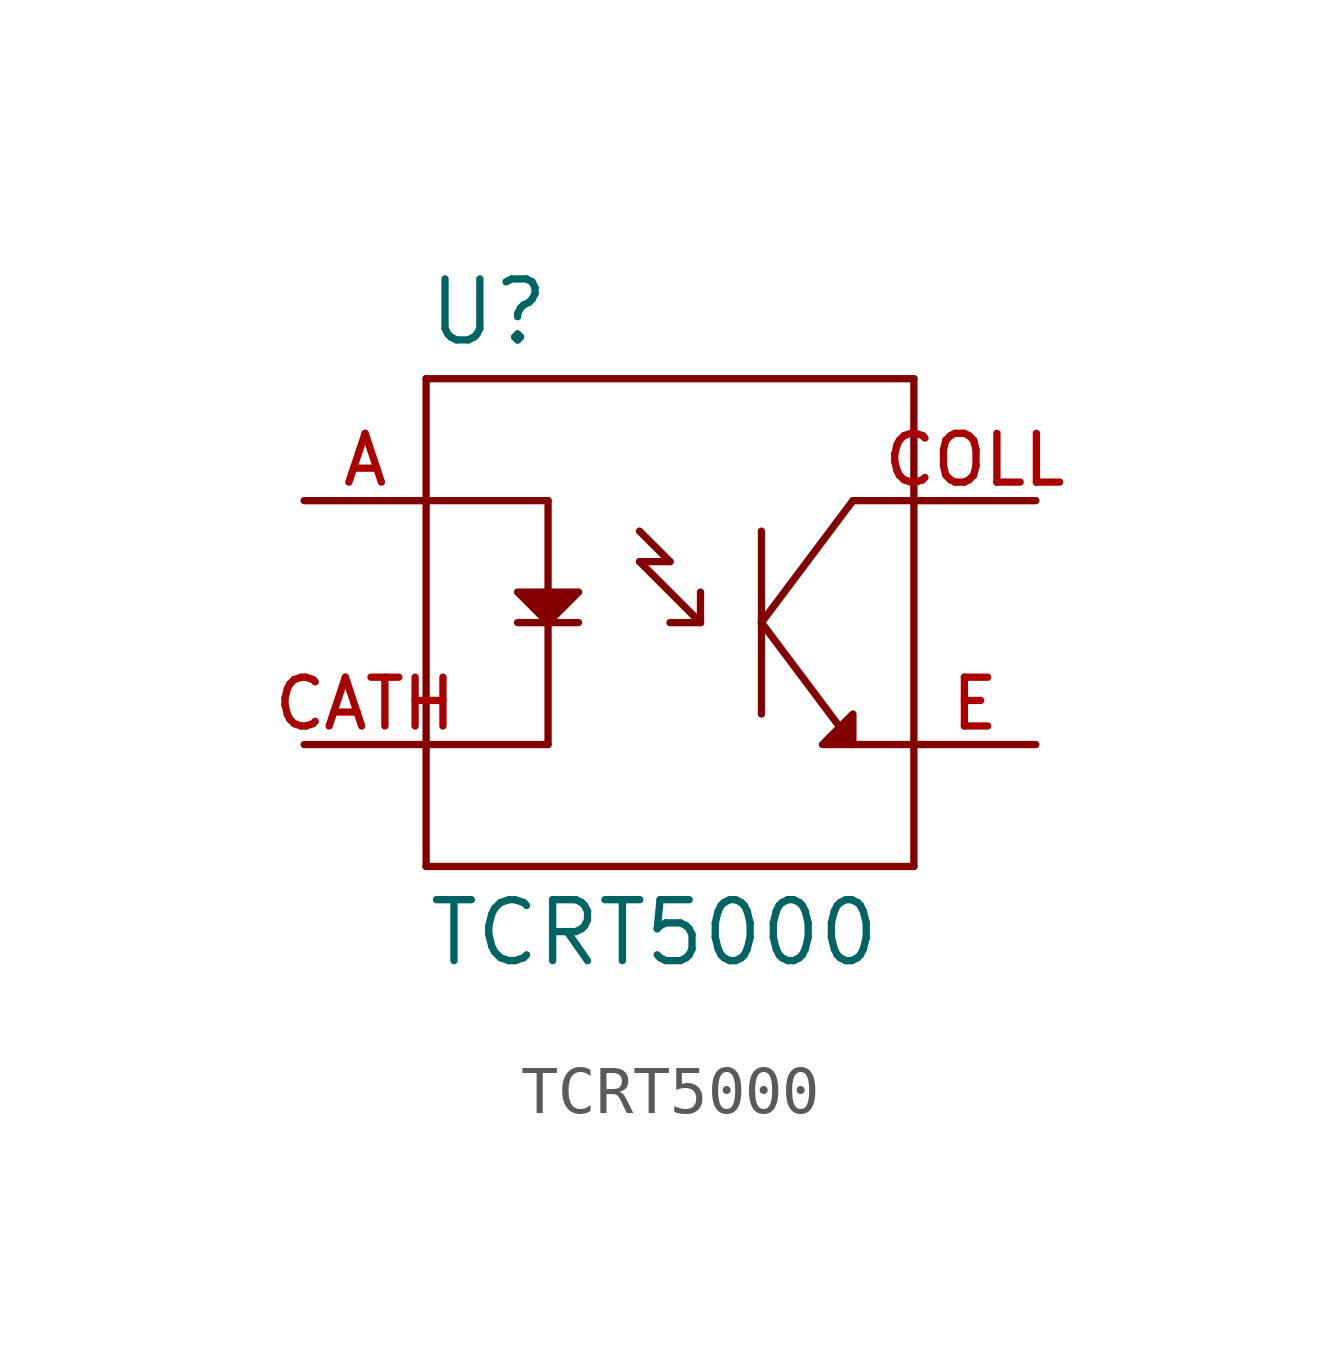
<source format=kicad_sym>
(kicad_symbol_lib
  (version 20211014)
  (generator kicad_symbol_editor)
  (symbol "TCRT5000"
    (pin_names
      (offset 1.016))
    (property "Reference" "U"
      (at -5.089 5.725 0)
      (effects (font (size 1.27 1.27)) (justify bottom left)))
    (property "Value" "TCRT5000"
      (at -5.084 -5.719 0)
      (effects (font (size 1.27 1.27)) (justify top left)))
    (symbol "TCRT5000_0_0"
      (polyline (pts (xy -5.08 5.08) (xy -5.08 2.54)) (stroke (width 0.152)))
      (polyline (pts (xy -5.08 2.54) (xy -5.08 -2.54)) (stroke (width 0.152)))
      (polyline (pts (xy -5.08 -2.54) (xy -5.08 -5.08)) (stroke (width 0.152)))
      (polyline (pts (xy -5.08 -5.08) (xy 5.08 -5.08)) (stroke (width 0.152)))
      (polyline (pts (xy 5.08 -5.08) (xy 5.08 -2.54)) (stroke (width 0.152)))
      (polyline (pts (xy 5.08 -2.54) (xy 5.08 2.54)) (stroke (width 0.152)))
      (polyline (pts (xy 5.08 2.54) (xy 5.08 5.08)) (stroke (width 0.152)))
      (polyline (pts (xy 5.08 5.08) (xy -5.08 5.08)) (stroke (width 0.152)))
      (polyline (pts (xy -5.08 2.54) (xy -2.54 2.54)) (stroke (width 0.152)))
      (polyline (pts (xy -2.54 2.54) (xy -2.54 -2.54)) (stroke (width 0.152)))
      (polyline (pts (xy -2.54 -2.54) (xy -5.08 -2.54)) (stroke (width 0.152)))
      (polyline (pts (xy -3.175 0.635) (xy -1.905 0.635) (xy -2.54 0.0) (xy -3.175 0.635)) (stroke (width 0.152)) (fill (type outline)))
      (polyline (pts (xy -3.175 0.0) (xy -1.905 0.0)) (stroke (width 0.152)))
      (polyline (pts (xy -0.635 1.905) (xy 0.0 1.27)) (stroke (width 0.152)))
      (polyline (pts (xy 0.0 1.27) (xy -0.635 1.27)) (stroke (width 0.152)))
      (polyline (pts (xy -0.635 1.27) (xy 0.635 0.0)) (stroke (width 0.152)))
      (polyline (pts (xy 0.635 0.635) (xy 0.635 0.0)) (stroke (width 0.152)))
      (polyline (pts (xy 0.635 0.0) (xy 0.0 0.0)) (stroke (width 0.152)))
      (polyline (pts (xy 1.905 1.905) (xy 1.905 0.0)) (stroke (width 0.152)))
      (polyline (pts (xy 1.905 0.0) (xy 1.905 -1.905)) (stroke (width 0.152)))
      (polyline (pts (xy 1.905 0.0) (xy 3.81 2.54)) (stroke (width 0.152)))
      (polyline (pts (xy 3.81 2.54) (xy 5.08 2.54)) (stroke (width 0.152)))
      (polyline (pts (xy 1.905 0.0) (xy 3.81 -2.54)) (stroke (width 0.152)))
      (polyline (pts (xy 3.81 -2.54) (xy 5.08 -2.54)) (stroke (width 0.152)))
      (polyline (pts (xy 3.175 -2.54) (xy 3.81 -2.54) (xy 3.81 -1.905) (xy 3.175 -2.54)) (stroke (width 0.152)) (fill (type outline)))
      (pin passive line (at -7.62 2.54 0) (length 2.54) (name "~" (effects (font (size 1.016 1.016)))) (number "A" (effects (font (size 1.016 1.016)))))
      (pin passive line (at -7.62 -2.54 0) (length 2.54) (name "~" (effects (font (size 1.016 1.016)))) (number "CATH" (effects (font (size 1.016 1.016)))))
      (pin passive line (at 7.62 2.54 180.0) (length 2.54) (name "~" (effects (font (size 1.016 1.016)))) (number "COLL" (effects (font (size 1.016 1.016)))))
      (pin passive line (at 7.62 -2.54 180.0) (length 2.54) (name "~" (effects (font (size 1.016 1.016)))) (number "E" (effects (font (size 1.016 1.016))))))))
</source>
